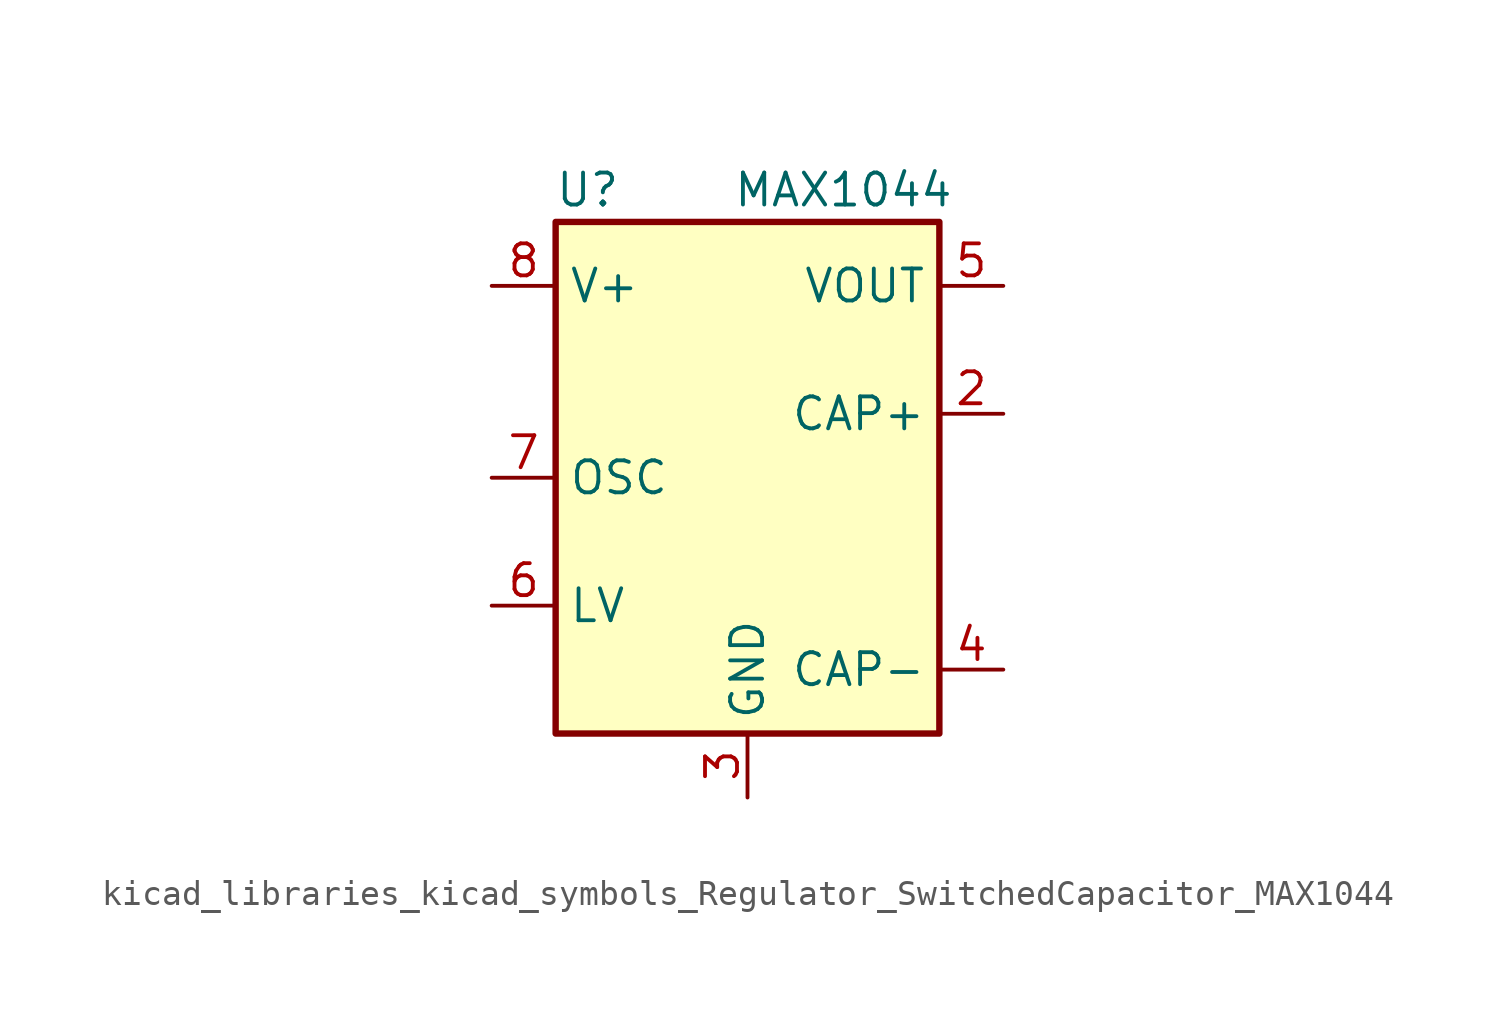
<source format=kicad_sym>
(kicad_symbol_lib
  (version 20220914)
  (generator kicad_symbol_editor)
  (symbol "kicad_libraries_kicad_symbols_Regulator_SwitchedCapacitor_MAX1044"
    (property "Reference" "U"
      (at -6.35 11.43 0)
      (effects (font (size 1.27 1.27))))
    (property "Value" "MAX1044"
      (at 3.81 11.43 0)
      (effects (font (size 1.27 1.27))))
    (symbol "kicad_libraries_kicad_symbols_Regulator_SwitchedCapacitor_MAX1044_0_1"
      (rectangle (start -7.62 10.16) (end 7.62 -10.16) (stroke (width 0.254) (type default)) (fill (type background))))
    (symbol "kicad_libraries_kicad_symbols_Regulator_SwitchedCapacitor_MAX1044_1_1"
      (pin no_connect line (at -7.62 5.08 0) (length 2.54) hide (name "NC" (effects (font (size 1.27 1.27)))) (number "1" (effects (font (size 1.27 1.27)))))
      (pin input line (at 10.16 2.54 180) (length 2.54) (name "CAP+" (effects (font (size 1.27 1.27)))) (number "2" (effects (font (size 1.27 1.27)))))
      (pin power_in line (at 0 -12.7 90) (length 2.54) (name "GND" (effects (font (size 1.27 1.27)))) (number "3" (effects (font (size 1.27 1.27)))))
      (pin input line (at 10.16 -7.62 180) (length 2.54) (name "CAP-" (effects (font (size 1.27 1.27)))) (number "4" (effects (font (size 1.27 1.27)))))
      (pin power_out line (at 10.16 7.62 180) (length 2.54) (name "VOUT" (effects (font (size 1.27 1.27)))) (number "5" (effects (font (size 1.27 1.27)))))
      (pin input line (at -10.16 -5.08 0) (length 2.54) (name "LV" (effects (font (size 1.27 1.27)))) (number "6" (effects (font (size 1.27 1.27)))))
      (pin input line (at -10.16 0 0) (length 2.54) (name "OSC" (effects (font (size 1.27 1.27)))) (number "7" (effects (font (size 1.27 1.27)))))
      (pin power_in line (at -10.16 7.62 0) (length 2.54) (name "V+" (effects (font (size 1.27 1.27)))) (number "8" (effects (font (size 1.27 1.27))))))))
</source>
